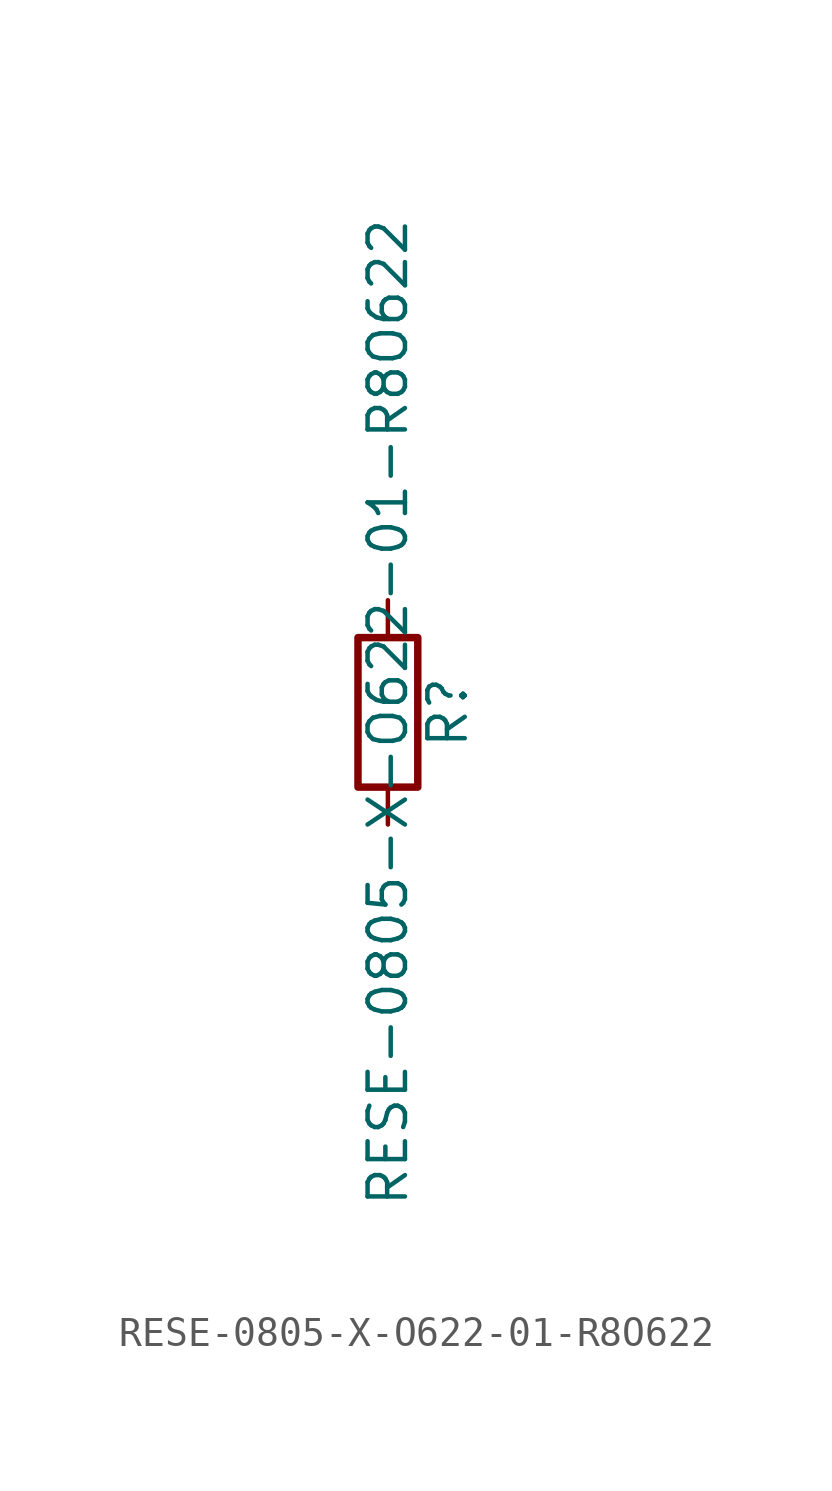
<source format=kicad_sym>
(kicad_symbol_lib
  (version 20211014)
  (generator kicad_symbol_editor)
  (symbol "RESE-0805-X-O622-01-R8O622"
    (pin_numbers hide)
    (pin_names
      (offset 0))
    (property "Reference" "R"
      (at 2.032 0 90)
      (effects (font (size 1.27 1.27))))
    (property "Value" "RESE-0805-X-O622-01-R8O622"
      (at 0 0 90)
      (effects (font (size 1.27 1.27))))
    (symbol "RESE-0805-X-O622-01-R8O622_0_1"
      (rectangle (start -1.016 -2.54) (end 1.016 2.54) (stroke (width 0.254) (type default) (color 0 0 0 0)) (fill (type none))))
    (symbol "RESE-0805-X-O622-01-R8O622_1_1"
      (pin passive line (at 0 3.81 270) (length 1.27) (name "~" (effects (font (size 1.27 1.27)))) (number "1" (effects (font (size 1.27 1.27)))))
      (pin passive line (at 0 -3.81 90) (length 1.27) (name "~" (effects (font (size 1.27 1.27)))) (number "2" (effects (font (size 1.27 1.27))))))))
</source>
